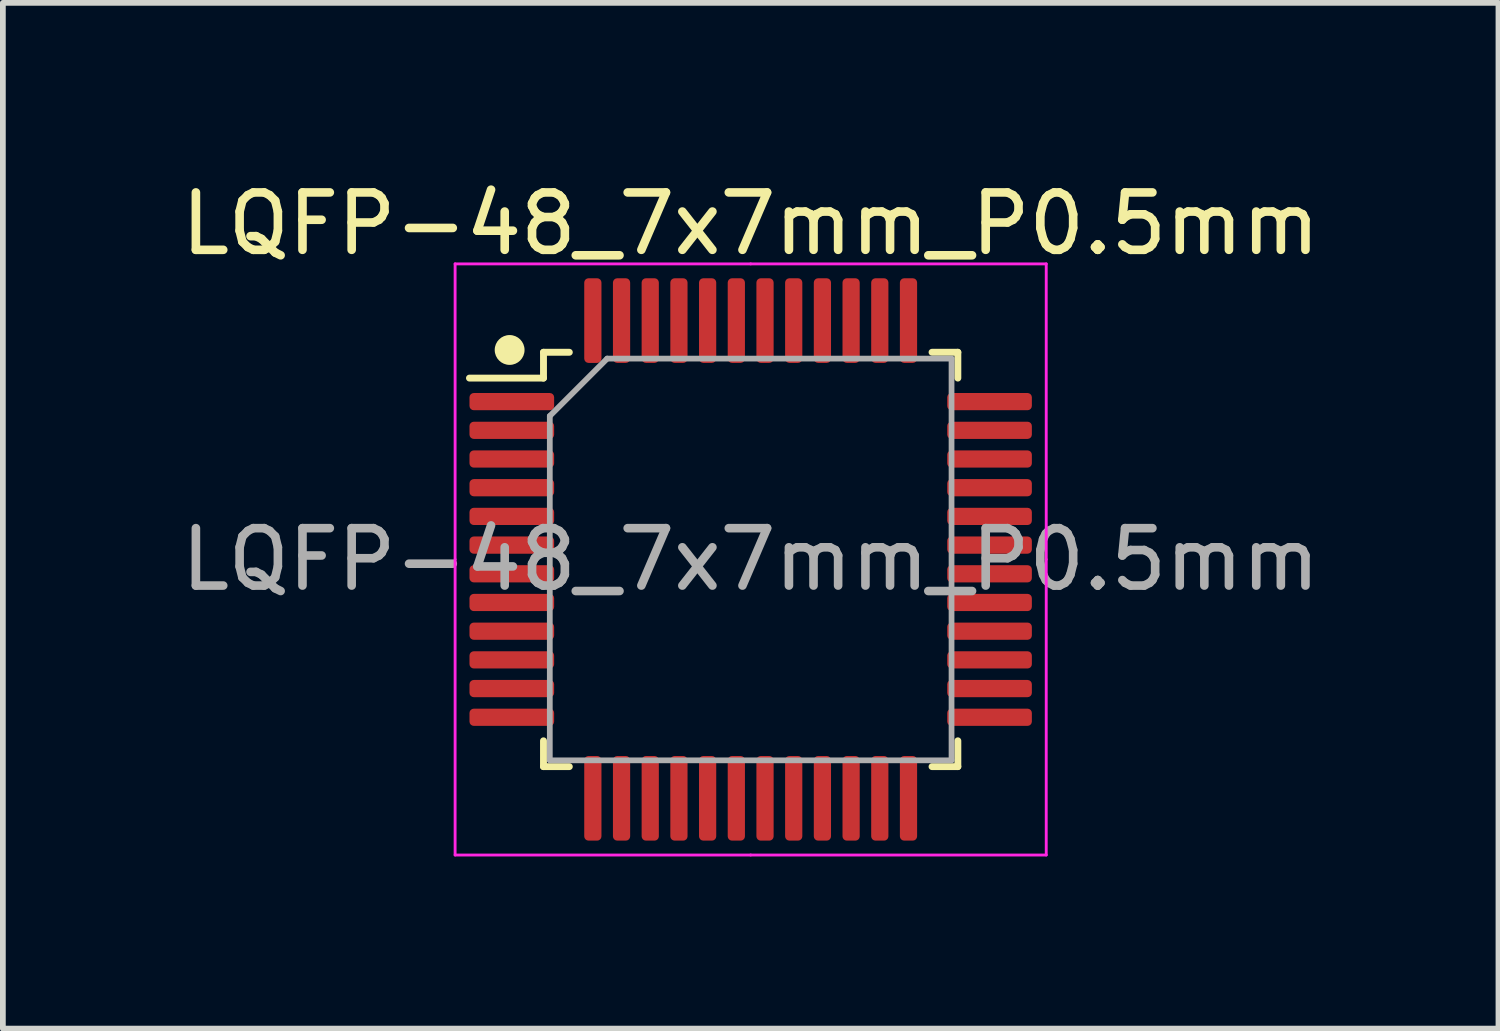
<source format=kicad_pcb>
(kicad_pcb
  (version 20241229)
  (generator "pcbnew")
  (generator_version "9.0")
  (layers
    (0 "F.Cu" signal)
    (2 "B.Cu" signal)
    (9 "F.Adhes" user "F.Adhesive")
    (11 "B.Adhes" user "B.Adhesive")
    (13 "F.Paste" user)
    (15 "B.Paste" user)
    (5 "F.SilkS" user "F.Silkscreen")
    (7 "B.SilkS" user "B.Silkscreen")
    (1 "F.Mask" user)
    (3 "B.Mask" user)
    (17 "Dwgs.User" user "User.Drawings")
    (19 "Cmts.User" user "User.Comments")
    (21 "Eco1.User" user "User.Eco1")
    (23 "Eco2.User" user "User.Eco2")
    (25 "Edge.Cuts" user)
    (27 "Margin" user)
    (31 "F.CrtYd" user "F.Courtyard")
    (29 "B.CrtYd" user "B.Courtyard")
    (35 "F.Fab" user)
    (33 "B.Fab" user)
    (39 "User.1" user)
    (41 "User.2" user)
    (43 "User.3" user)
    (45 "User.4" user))
  (footprint "LQFP-48_7x7mm_P0.5mm"
    (layer "F.Cu")
    (at 10.03 6.698)
    (property "Reference" "LQFP-48_7x7mm_P0.5mm" (at 0 -5.85 0) (layer "F.SilkS") (effects (font (size 1 1) (thickness 0.15))))
    (attr smd)
    (fp_line (start -3.61 -3.61) (end -3.61 -3.16) (stroke (width 0.12) (type solid)) (layer "F.SilkS"))
    (fp_line (start -3.61 -3.16) (end -4.9 -3.16) (stroke (width 0.12) (type solid)) (layer "F.SilkS"))
    (fp_line (start -3.61 3.61) (end -3.61 3.16) (stroke (width 0.12) (type solid)) (layer "F.SilkS"))
    (fp_line (start -3.16 -3.61) (end -3.61 -3.61) (stroke (width 0.12) (type solid)) (layer "F.SilkS"))
    (fp_line (start -3.16 3.61) (end -3.61 3.61) (stroke (width 0.12) (type solid)) (layer "F.SilkS"))
    (fp_line (start 3.16 -3.61) (end 3.61 -3.61) (stroke (width 0.12) (type solid)) (layer "F.SilkS"))
    (fp_line (start 3.16 3.61) (end 3.61 3.61) (stroke (width 0.12) (type solid)) (layer "F.SilkS"))
    (fp_line (start 3.61 -3.61) (end 3.61 -3.16) (stroke (width 0.12) (type solid)) (layer "F.SilkS"))
    (fp_line (start 3.61 3.61) (end 3.61 3.16) (stroke (width 0.12) (type solid)) (layer "F.SilkS"))
    (fp_circle (center -4.2 -3.65) (end -4 -3.65) (stroke (width 0.12) (type solid)) (fill yes) (layer "F.SilkS"))
    (fp_line (start -5.15 -5.15) (end -5.15 0) (stroke (width 0.05) (type solid)) (layer "F.CrtYd"))
    (fp_line (start -5.15 5.15) (end -5.15 0) (stroke (width 0.05) (type solid)) (layer "F.CrtYd"))
    (fp_line (start 0 -5.15) (end -5.15 -5.15) (stroke (width 0.05) (type solid)) (layer "F.CrtYd"))
    (fp_line (start 0 -5.15) (end 5.15 -5.15) (stroke (width 0.05) (type solid)) (layer "F.CrtYd"))
    (fp_line (start 0 5.15) (end -5.15 5.15) (stroke (width 0.05) (type solid)) (layer "F.CrtYd"))
    (fp_line (start 0 5.15) (end 5.15 5.15) (stroke (width 0.05) (type solid)) (layer "F.CrtYd"))
    (fp_line (start 5.15 -5.15) (end 5.15 0) (stroke (width 0.05) (type solid)) (layer "F.CrtYd"))
    (fp_line (start 5.15 5.15) (end 5.15 0) (stroke (width 0.05) (type solid)) (layer "F.CrtYd"))
    (fp_line (start -3.5 -2.5) (end -2.5 -3.5) (stroke (width 0.1) (type solid)) (layer "F.Fab"))
    (fp_line (start -3.5 3.5) (end -3.5 -2.5) (stroke (width 0.1) (type solid)) (layer "F.Fab"))
    (fp_line (start -2.5 -3.5) (end 3.5 -3.5) (stroke (width 0.1) (type solid)) (layer "F.Fab"))
    (fp_line (start 3.5 -3.5) (end 3.5 3.5) (stroke (width 0.1) (type solid)) (layer "F.Fab"))
    (fp_line (start 3.5 3.5) (end -3.5 3.5) (stroke (width 0.1) (type solid)) (layer "F.Fab"))
    (fp_text user "${REFERENCE}" (at 0 0 0) (layer "F.Fab") (effects (font (size 1 1) (thickness 0.15))))
    (pad "1" smd roundrect (at -4.162 -2.75) (size 1.475 0.3) (layers "F.Cu" "F.Mask" "F.Paste") (roundrect_rratio 0.25))
    (pad "2" smd roundrect (at -4.162 -2.25) (size 1.475 0.3) (layers "F.Cu" "F.Mask" "F.Paste") (roundrect_rratio 0.25))
    (pad "3" smd roundrect (at -4.162 -1.75) (size 1.475 0.3) (layers "F.Cu" "F.Mask" "F.Paste") (roundrect_rratio 0.25))
    (pad "4" smd roundrect (at -4.162 -1.25) (size 1.475 0.3) (layers "F.Cu" "F.Mask" "F.Paste") (roundrect_rratio 0.25))
    (pad "5" smd roundrect (at -4.162 -0.75) (size 1.475 0.3) (layers "F.Cu" "F.Mask" "F.Paste") (roundrect_rratio 0.25))
    (pad "6" smd roundrect (at -4.162 -0.25) (size 1.475 0.3) (layers "F.Cu" "F.Mask" "F.Paste") (roundrect_rratio 0.25))
    (pad "7" smd roundrect (at -4.162 0.25) (size 1.475 0.3) (layers "F.Cu" "F.Mask" "F.Paste") (roundrect_rratio 0.25))
    (pad "8" smd roundrect (at -4.162 0.75) (size 1.475 0.3) (layers "F.Cu" "F.Mask" "F.Paste") (roundrect_rratio 0.25))
    (pad "9" smd roundrect (at -4.162 1.25) (size 1.475 0.3) (layers "F.Cu" "F.Mask" "F.Paste") (roundrect_rratio 0.25))
    (pad "10" smd roundrect (at -4.162 1.75) (size 1.475 0.3) (layers "F.Cu" "F.Mask" "F.Paste") (roundrect_rratio 0.25))
    (pad "11" smd roundrect (at -4.162 2.25) (size 1.475 0.3) (layers "F.Cu" "F.Mask" "F.Paste") (roundrect_rratio 0.25))
    (pad "12" smd roundrect (at -4.162 2.75) (size 1.475 0.3) (layers "F.Cu" "F.Mask" "F.Paste") (roundrect_rratio 0.25))
    (pad "13" smd roundrect (at -2.75 4.162) (size 0.3 1.475) (layers "F.Cu" "F.Mask" "F.Paste") (roundrect_rratio 0.25))
    (pad "14" smd roundrect (at -2.25 4.162) (size 0.3 1.475) (layers "F.Cu" "F.Mask" "F.Paste") (roundrect_rratio 0.25))
    (pad "15" smd roundrect (at -1.75 4.162) (size 0.3 1.475) (layers "F.Cu" "F.Mask" "F.Paste") (roundrect_rratio 0.25))
    (pad "16" smd roundrect (at -1.25 4.162) (size 0.3 1.475) (layers "F.Cu" "F.Mask" "F.Paste") (roundrect_rratio 0.25))
    (pad "17" smd roundrect (at -0.75 4.162) (size 0.3 1.475) (layers "F.Cu" "F.Mask" "F.Paste") (roundrect_rratio 0.25))
    (pad "18" smd roundrect (at -0.25 4.162) (size 0.3 1.475) (layers "F.Cu" "F.Mask" "F.Paste") (roundrect_rratio 0.25))
    (pad "19" smd roundrect (at 0.25 4.162) (size 0.3 1.475) (layers "F.Cu" "F.Mask" "F.Paste") (roundrect_rratio 0.25))
    (pad "20" smd roundrect (at 0.75 4.162) (size 0.3 1.475) (layers "F.Cu" "F.Mask" "F.Paste") (roundrect_rratio 0.25))
    (pad "21" smd roundrect (at 1.25 4.162) (size 0.3 1.475) (layers "F.Cu" "F.Mask" "F.Paste") (roundrect_rratio 0.25))
    (pad "22" smd roundrect (at 1.75 4.162) (size 0.3 1.475) (layers "F.Cu" "F.Mask" "F.Paste") (roundrect_rratio 0.25))
    (pad "23" smd roundrect (at 2.25 4.162) (size 0.3 1.475) (layers "F.Cu" "F.Mask" "F.Paste") (roundrect_rratio 0.25))
    (pad "24" smd roundrect (at 2.75 4.162) (size 0.3 1.475) (layers "F.Cu" "F.Mask" "F.Paste") (roundrect_rratio 0.25))
    (pad "25" smd roundrect (at 4.162 2.75) (size 1.475 0.3) (layers "F.Cu" "F.Mask" "F.Paste") (roundrect_rratio 0.25))
    (pad "26" smd roundrect (at 4.162 2.25) (size 1.475 0.3) (layers "F.Cu" "F.Mask" "F.Paste") (roundrect_rratio 0.25))
    (pad "27" smd roundrect (at 4.162 1.75) (size 1.475 0.3) (layers "F.Cu" "F.Mask" "F.Paste") (roundrect_rratio 0.25))
    (pad "28" smd roundrect (at 4.162 1.25) (size 1.475 0.3) (layers "F.Cu" "F.Mask" "F.Paste") (roundrect_rratio 0.25))
    (pad "29" smd roundrect (at 4.162 0.75) (size 1.475 0.3) (layers "F.Cu" "F.Mask" "F.Paste") (roundrect_rratio 0.25))
    (pad "30" smd roundrect (at 4.162 0.25) (size 1.475 0.3) (layers "F.Cu" "F.Mask" "F.Paste") (roundrect_rratio 0.25))
    (pad "31" smd roundrect (at 4.162 -0.25) (size 1.475 0.3) (layers "F.Cu" "F.Mask" "F.Paste") (roundrect_rratio 0.25))
    (pad "32" smd roundrect (at 4.162 -0.75) (size 1.475 0.3) (layers "F.Cu" "F.Mask" "F.Paste") (roundrect_rratio 0.25))
    (pad "33" smd roundrect (at 4.162 -1.25) (size 1.475 0.3) (layers "F.Cu" "F.Mask" "F.Paste") (roundrect_rratio 0.25))
    (pad "34" smd roundrect (at 4.162 -1.75) (size 1.475 0.3) (layers "F.Cu" "F.Mask" "F.Paste") (roundrect_rratio 0.25))
    (pad "35" smd roundrect (at 4.162 -2.25) (size 1.475 0.3) (layers "F.Cu" "F.Mask" "F.Paste") (roundrect_rratio 0.25))
    (pad "36" smd roundrect (at 4.162 -2.75) (size 1.475 0.3) (layers "F.Cu" "F.Mask" "F.Paste") (roundrect_rratio 0.25))
    (pad "37" smd roundrect (at 2.75 -4.162) (size 0.3 1.475) (layers "F.Cu" "F.Mask" "F.Paste") (roundrect_rratio 0.25))
    (pad "38" smd roundrect (at 2.25 -4.162) (size 0.3 1.475) (layers "F.Cu" "F.Mask" "F.Paste") (roundrect_rratio 0.25))
    (pad "39" smd roundrect (at 1.75 -4.162) (size 0.3 1.475) (layers "F.Cu" "F.Mask" "F.Paste") (roundrect_rratio 0.25))
    (pad "40" smd roundrect (at 1.25 -4.162) (size 0.3 1.475) (layers "F.Cu" "F.Mask" "F.Paste") (roundrect_rratio 0.25))
    (pad "41" smd roundrect (at 0.75 -4.162) (size 0.3 1.475) (layers "F.Cu" "F.Mask" "F.Paste") (roundrect_rratio 0.25))
    (pad "42" smd roundrect (at 0.25 -4.162) (size 0.3 1.475) (layers "F.Cu" "F.Mask" "F.Paste") (roundrect_rratio 0.25))
    (pad "43" smd roundrect (at -0.25 -4.162) (size 0.3 1.475) (layers "F.Cu" "F.Mask" "F.Paste") (roundrect_rratio 0.25))
    (pad "44" smd roundrect (at -0.75 -4.162) (size 0.3 1.475) (layers "F.Cu" "F.Mask" "F.Paste") (roundrect_rratio 0.25))
    (pad "45" smd roundrect (at -1.25 -4.162) (size 0.3 1.475) (layers "F.Cu" "F.Mask" "F.Paste") (roundrect_rratio 0.25))
    (pad "46" smd roundrect (at -1.75 -4.162) (size 0.3 1.475) (layers "F.Cu" "F.Mask" "F.Paste") (roundrect_rratio 0.25))
    (pad "47" smd roundrect (at -2.25 -4.162) (size 0.3 1.475) (layers "F.Cu" "F.Mask" "F.Paste") (roundrect_rratio 0.25))
    (pad "48" smd roundrect (at -2.75 -4.162) (size 0.3 1.475) (layers "F.Cu" "F.Mask" "F.Paste") (roundrect_rratio 0.25)))
  (gr_rect
    (start -3 -3)
    (end 23.06 14.873)
    (stroke (width 0.1) (type default))
    (fill no)
    (layer "Edge.Cuts")))
</source>
